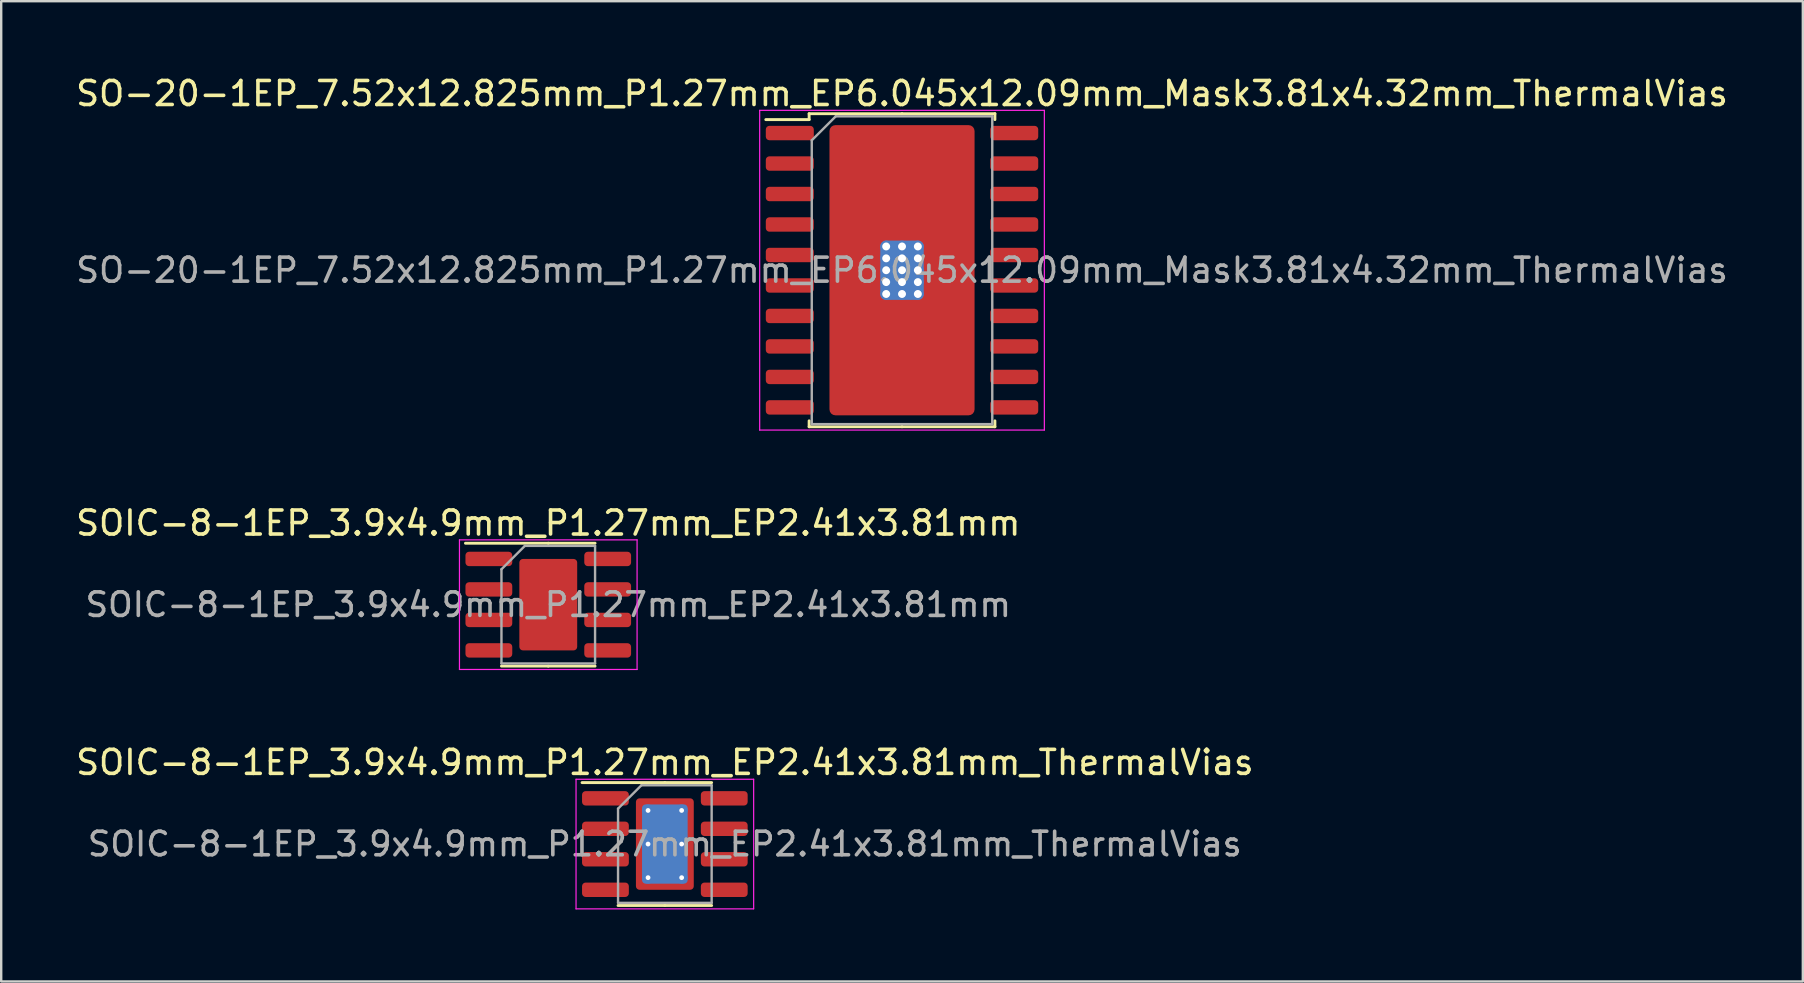
<source format=kicad_pcb>
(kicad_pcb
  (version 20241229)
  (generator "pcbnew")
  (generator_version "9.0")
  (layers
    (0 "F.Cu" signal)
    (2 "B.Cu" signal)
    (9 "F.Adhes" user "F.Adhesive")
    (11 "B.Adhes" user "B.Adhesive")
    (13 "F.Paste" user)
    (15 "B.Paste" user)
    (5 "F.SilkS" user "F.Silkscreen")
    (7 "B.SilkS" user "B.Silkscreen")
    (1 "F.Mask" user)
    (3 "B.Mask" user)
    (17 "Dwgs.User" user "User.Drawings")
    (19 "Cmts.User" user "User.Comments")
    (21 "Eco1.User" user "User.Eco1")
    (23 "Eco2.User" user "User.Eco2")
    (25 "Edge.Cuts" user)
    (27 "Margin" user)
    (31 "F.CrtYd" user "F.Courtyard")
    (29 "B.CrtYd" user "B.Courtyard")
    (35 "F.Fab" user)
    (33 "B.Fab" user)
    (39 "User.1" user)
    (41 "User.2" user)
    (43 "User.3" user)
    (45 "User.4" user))
  (footprint "SOIC-8-1EP_3.9x4.9mm_P1.27mm_EP2.41x3.81mm"
    (layer "F.Cu")
    (at 19.792 22.142)
    (property "Reference" "SOIC-8-1EP_3.9x4.9mm_P1.27mm_EP2.41x3.81mm" (at 0 -3.4 0) (layer "F.SilkS") (effects (font (size 1 1) (thickness 0.15))))
    (attr smd)
    (fp_line (start 0 -2.56) (end -3.45 -2.56) (stroke (width 0.12) (type solid)) (layer "F.SilkS"))
    (fp_line (start 0 -2.56) (end 1.95 -2.56) (stroke (width 0.12) (type solid)) (layer "F.SilkS"))
    (fp_line (start 0 2.56) (end -1.95 2.56) (stroke (width 0.12) (type solid)) (layer "F.SilkS"))
    (fp_line (start 0 2.56) (end 1.95 2.56) (stroke (width 0.12) (type solid)) (layer "F.SilkS"))
    (fp_line (start -3.7 -2.7) (end -3.7 2.7) (stroke (width 0.05) (type solid)) (layer "F.CrtYd"))
    (fp_line (start -3.7 2.7) (end 3.7 2.7) (stroke (width 0.05) (type solid)) (layer "F.CrtYd"))
    (fp_line (start 3.7 -2.7) (end -3.7 -2.7) (stroke (width 0.05) (type solid)) (layer "F.CrtYd"))
    (fp_line (start 3.7 2.7) (end 3.7 -2.7) (stroke (width 0.05) (type solid)) (layer "F.CrtYd"))
    (fp_line (start -1.95 -1.475) (end -0.975 -2.45) (stroke (width 0.1) (type solid)) (layer "F.Fab"))
    (fp_line (start -1.95 2.45) (end -1.95 -1.475) (stroke (width 0.1) (type solid)) (layer "F.Fab"))
    (fp_line (start -0.975 -2.45) (end 1.95 -2.45) (stroke (width 0.1) (type solid)) (layer "F.Fab"))
    (fp_line (start 1.95 -2.45) (end 1.95 2.45) (stroke (width 0.1) (type solid)) (layer "F.Fab"))
    (fp_line (start 1.95 2.45) (end -1.95 2.45) (stroke (width 0.1) (type solid)) (layer "F.Fab"))
    (fp_text user "${REFERENCE}" (at 0 0 0) (layer "F.Fab") (effects (font (size 0.98 0.98) (thickness 0.15))))
    (pad "" smd roundrect (at -0.6 -0.95) (size 0.97 1.54) (layers "F.Paste") (roundrect_rratio 0.25))
    (pad "" smd roundrect (at -0.6 0.95) (size 0.97 1.54) (layers "F.Paste") (roundrect_rratio 0.25))
    (pad "" smd roundrect (at 0.6 -0.95) (size 0.97 1.54) (layers "F.Paste") (roundrect_rratio 0.25))
    (pad "" smd roundrect (at 0.6 0.95) (size 0.97 1.54) (layers "F.Paste") (roundrect_rratio 0.25))
    (pad "1" smd roundrect (at -2.475 -1.905) (size 1.95 0.6) (layers "F.Cu" "F.Mask" "F.Paste") (roundrect_rratio 0.25))
    (pad "2" smd roundrect (at -2.475 -0.635) (size 1.95 0.6) (layers "F.Cu" "F.Mask" "F.Paste") (roundrect_rratio 0.25))
    (pad "3" smd roundrect (at -2.475 0.635) (size 1.95 0.6) (layers "F.Cu" "F.Mask" "F.Paste") (roundrect_rratio 0.25))
    (pad "4" smd roundrect (at -2.475 1.905) (size 1.95 0.6) (layers "F.Cu" "F.Mask" "F.Paste") (roundrect_rratio 0.25))
    (pad "5" smd roundrect (at 2.475 1.905) (size 1.95 0.6) (layers "F.Cu" "F.Mask" "F.Paste") (roundrect_rratio 0.25))
    (pad "6" smd roundrect (at 2.475 0.635) (size 1.95 0.6) (layers "F.Cu" "F.Mask" "F.Paste") (roundrect_rratio 0.25))
    (pad "7" smd roundrect (at 2.475 -0.635) (size 1.95 0.6) (layers "F.Cu" "F.Mask" "F.Paste") (roundrect_rratio 0.25))
    (pad "8" smd roundrect (at 2.475 -1.905) (size 1.95 0.6) (layers "F.Cu" "F.Mask" "F.Paste") (roundrect_rratio 0.25))
    (pad "9" smd roundrect (at 0 0) (size 2.41 3.81) (layers "F.Cu" "F.Mask") (roundrect_rratio 0.062)))
  (footprint "SO-20-1EP_7.52x12.825mm_P1.27mm_EP6.045x12.09mm_Mask3.81x4.32mm_ThermalVias"
    (layer "F.Cu")
    (at 34.53 8.208)
    (property "Reference" "SO-20-1EP_7.52x12.825mm_P1.27mm_EP6.045x12.09mm_Mask3.81x4.32mm_ThermalVias" (at 0 -7.36 0) (layer "F.SilkS") (effects (font (size 1 1) (thickness 0.15))))
    (attr smd)
    (fp_line (start -3.87 -6.522) (end -3.87 -6.275) (stroke (width 0.12) (type solid)) (layer "F.SilkS"))
    (fp_line (start -3.87 -6.275) (end -5.675 -6.275) (stroke (width 0.12) (type solid)) (layer "F.SilkS"))
    (fp_line (start -3.87 6.522) (end -3.87 6.275) (stroke (width 0.12) (type solid)) (layer "F.SilkS"))
    (fp_line (start 0 -6.522) (end -3.87 -6.522) (stroke (width 0.12) (type solid)) (layer "F.SilkS"))
    (fp_line (start 0 -6.522) (end 3.87 -6.522) (stroke (width 0.12) (type solid)) (layer "F.SilkS"))
    (fp_line (start 0 6.522) (end -3.87 6.522) (stroke (width 0.12) (type solid)) (layer "F.SilkS"))
    (fp_line (start 0 6.522) (end 3.87 6.522) (stroke (width 0.12) (type solid)) (layer "F.SilkS"))
    (fp_line (start 3.87 -6.522) (end 3.87 -6.275) (stroke (width 0.12) (type solid)) (layer "F.SilkS"))
    (fp_line (start 3.87 6.522) (end 3.87 6.275) (stroke (width 0.12) (type solid)) (layer "F.SilkS"))
    (fp_line (start -5.93 -6.66) (end -5.93 6.66) (stroke (width 0.05) (type solid)) (layer "F.CrtYd"))
    (fp_line (start -5.93 6.66) (end 5.93 6.66) (stroke (width 0.05) (type solid)) (layer "F.CrtYd"))
    (fp_line (start 5.93 -6.66) (end -5.93 -6.66) (stroke (width 0.05) (type solid)) (layer "F.CrtYd"))
    (fp_line (start 5.93 6.66) (end 5.93 -6.66) (stroke (width 0.05) (type solid)) (layer "F.CrtYd"))
    (fp_line (start -3.76 -5.412) (end -2.76 -6.412) (stroke (width 0.1) (type solid)) (layer "F.Fab"))
    (fp_line (start -3.76 6.412) (end -3.76 -5.412) (stroke (width 0.1) (type solid)) (layer "F.Fab"))
    (fp_line (start -2.76 -6.412) (end 3.76 -6.412) (stroke (width 0.1) (type solid)) (layer "F.Fab"))
    (fp_line (start 3.76 -6.412) (end 3.76 6.412) (stroke (width 0.1) (type solid)) (layer "F.Fab"))
    (fp_line (start 3.76 6.412) (end -3.76 6.412) (stroke (width 0.1) (type solid)) (layer "F.Fab"))
    (fp_text user "${REFERENCE}" (at 0 0 0) (layer "F.Fab") (effects (font (size 1 1) (thickness 0.15))))
    (pad "" smd roundrect (at -0.95 -1.08) (size 1.65 1.87) (layers "F.Paste") (roundrect_rratio 0.152))
    (pad "" smd roundrect (at -0.95 1.08) (size 1.65 1.87) (layers "F.Paste") (roundrect_rratio 0.152))
    (pad "" smd roundrect (at 0 0) (size 3.81 4.32) (layers "F.Mask") (roundrect_rratio 0.064))
    (pad "" smd roundrect (at 0.95 -1.08) (size 1.65 1.87) (layers "F.Paste") (roundrect_rratio 0.152))
    (pad "" smd roundrect (at 0.95 1.08) (size 1.65 1.87) (layers "F.Paste") (roundrect_rratio 0.152))
    (pad "1" smd roundrect (at -4.675 -5.715) (size 2 0.6) (layers "F.Cu" "F.Mask" "F.Paste") (roundrect_rratio 0.25))
    (pad "2" smd roundrect (at -4.675 -4.445) (size 2 0.6) (layers "F.Cu" "F.Mask" "F.Paste") (roundrect_rratio 0.25))
    (pad "3" smd roundrect (at -4.675 -3.175) (size 2 0.6) (layers "F.Cu" "F.Mask" "F.Paste") (roundrect_rratio 0.25))
    (pad "4" smd roundrect (at -4.675 -1.905) (size 2 0.6) (layers "F.Cu" "F.Mask" "F.Paste") (roundrect_rratio 0.25))
    (pad "5" smd roundrect (at -4.675 -0.635) (size 2 0.6) (layers "F.Cu" "F.Mask" "F.Paste") (roundrect_rratio 0.25))
    (pad "6" smd roundrect (at -4.675 0.635) (size 2 0.6) (layers "F.Cu" "F.Mask" "F.Paste") (roundrect_rratio 0.25))
    (pad "7" smd roundrect (at -4.675 1.905) (size 2 0.6) (layers "F.Cu" "F.Mask" "F.Paste") (roundrect_rratio 0.25))
    (pad "8" smd roundrect (at -4.675 3.175) (size 2 0.6) (layers "F.Cu" "F.Mask" "F.Paste") (roundrect_rratio 0.25))
    (pad "9" smd roundrect (at -4.675 4.445) (size 2 0.6) (layers "F.Cu" "F.Mask" "F.Paste") (roundrect_rratio 0.25))
    (pad "10" smd roundrect (at -4.675 5.715) (size 2 0.6) (layers "F.Cu" "F.Mask" "F.Paste") (roundrect_rratio 0.25))
    (pad "11" smd roundrect (at 4.675 5.715) (size 2 0.6) (layers "F.Cu" "F.Mask" "F.Paste") (roundrect_rratio 0.25))
    (pad "12" smd roundrect (at 4.675 4.445) (size 2 0.6) (layers "F.Cu" "F.Mask" "F.Paste") (roundrect_rratio 0.25))
    (pad "13" smd roundrect (at 4.675 3.175) (size 2 0.6) (layers "F.Cu" "F.Mask" "F.Paste") (roundrect_rratio 0.25))
    (pad "14" smd roundrect (at 4.675 1.905) (size 2 0.6) (layers "F.Cu" "F.Mask" "F.Paste") (roundrect_rratio 0.25))
    (pad "15" smd roundrect (at 4.675 0.635) (size 2 0.6) (layers "F.Cu" "F.Mask" "F.Paste") (roundrect_rratio 0.25))
    (pad "16" smd roundrect (at 4.675 -0.635) (size 2 0.6) (layers "F.Cu" "F.Mask" "F.Paste") (roundrect_rratio 0.25))
    (pad "17" smd roundrect (at 4.675 -1.905) (size 2 0.6) (layers "F.Cu" "F.Mask" "F.Paste") (roundrect_rratio 0.25))
    (pad "18" smd roundrect (at 4.675 -3.175) (size 2 0.6) (layers "F.Cu" "F.Mask" "F.Paste") (roundrect_rratio 0.25))
    (pad "19" smd roundrect (at 4.675 -4.445) (size 2 0.6) (layers "F.Cu" "F.Mask" "F.Paste") (roundrect_rratio 0.25))
    (pad "20" smd roundrect (at 4.675 -5.715) (size 2 0.6) (layers "F.Cu" "F.Mask" "F.Paste") (roundrect_rratio 0.25))
    (pad "21" thru_hole circle (at -0.66 -0.99) (size 0.49 0.49) (drill 0.33) (layers "*.Cu"))
    (pad "21" thru_hole circle (at -0.66 -0.495) (size 0.49 0.49) (drill 0.33) (layers "*.Cu"))
    (pad "21" thru_hole circle (at -0.66 0) (size 0.49 0.49) (drill 0.33) (layers "*.Cu"))
    (pad "21" thru_hole circle (at -0.66 0.495) (size 0.49 0.49) (drill 0.33) (layers "*.Cu"))
    (pad "21" thru_hole circle (at -0.66 0.99) (size 0.49 0.49) (drill 0.33) (layers "*.Cu"))
    (pad "21" thru_hole circle (at 0 -0.99) (size 0.49 0.49) (drill 0.33) (layers "*.Cu"))
    (pad "21" thru_hole circle (at 0 -0.495) (size 0.49 0.49) (drill 0.33) (layers "*.Cu"))
    (pad "21" thru_hole circle (at 0 0) (size 0.49 0.49) (drill 0.33) (layers "*.Cu"))
    (pad "21" smd roundrect (at 0 0) (size 1.81 2.47) (layers "B.Cu") (roundrect_rratio 0.135))
    (pad "21" smd roundrect (at 0 0) (size 6.045 12.09) (layers "F.Cu") (roundrect_rratio 0.041))
    (pad "21" thru_hole circle (at 0 0.495) (size 0.49 0.49) (drill 0.33) (layers "*.Cu"))
    (pad "21" thru_hole circle (at 0 0.99) (size 0.49 0.49) (drill 0.33) (layers "*.Cu"))
    (pad "21" thru_hole circle (at 0.66 -0.99) (size 0.49 0.49) (drill 0.33) (layers "*.Cu"))
    (pad "21" thru_hole circle (at 0.66 -0.495) (size 0.49 0.49) (drill 0.33) (layers "*.Cu"))
    (pad "21" thru_hole circle (at 0.66 0) (size 0.49 0.49) (drill 0.33) (layers "*.Cu"))
    (pad "21" thru_hole circle (at 0.66 0.495) (size 0.49 0.49) (drill 0.33) (layers "*.Cu"))
    (pad "21" thru_hole circle (at 0.66 0.99) (size 0.49 0.49) (drill 0.33) (layers "*.Cu")))
  (footprint "SOIC-8-1EP_3.9x4.9mm_P1.27mm_EP2.41x3.81mm_ThermalVias"
    (layer "F.Cu")
    (at 24.649 32.115)
    (property "Reference" "SOIC-8-1EP_3.9x4.9mm_P1.27mm_EP2.41x3.81mm_ThermalVias" (at 0 -3.4 0) (layer "F.SilkS") (effects (font (size 1 1) (thickness 0.15))))
    (attr smd)
    (fp_line (start 0 -2.56) (end -3.45 -2.56) (stroke (width 0.12) (type solid)) (layer "F.SilkS"))
    (fp_line (start 0 -2.56) (end 1.95 -2.56) (stroke (width 0.12) (type solid)) (layer "F.SilkS"))
    (fp_line (start 0 2.56) (end -1.95 2.56) (stroke (width 0.12) (type solid)) (layer "F.SilkS"))
    (fp_line (start 0 2.56) (end 1.95 2.56) (stroke (width 0.12) (type solid)) (layer "F.SilkS"))
    (fp_line (start -3.7 -2.7) (end -3.7 2.7) (stroke (width 0.05) (type solid)) (layer "F.CrtYd"))
    (fp_line (start -3.7 2.7) (end 3.7 2.7) (stroke (width 0.05) (type solid)) (layer "F.CrtYd"))
    (fp_line (start 3.7 -2.7) (end -3.7 -2.7) (stroke (width 0.05) (type solid)) (layer "F.CrtYd"))
    (fp_line (start 3.7 2.7) (end 3.7 -2.7) (stroke (width 0.05) (type solid)) (layer "F.CrtYd"))
    (fp_line (start -1.95 -1.475) (end -0.975 -2.45) (stroke (width 0.1) (type solid)) (layer "F.Fab"))
    (fp_line (start -1.95 2.45) (end -1.95 -1.475) (stroke (width 0.1) (type solid)) (layer "F.Fab"))
    (fp_line (start -0.975 -2.45) (end 1.95 -2.45) (stroke (width 0.1) (type solid)) (layer "F.Fab"))
    (fp_line (start 1.95 -2.45) (end 1.95 2.45) (stroke (width 0.1) (type solid)) (layer "F.Fab"))
    (fp_line (start 1.95 2.45) (end -1.95 2.45) (stroke (width 0.1) (type solid)) (layer "F.Fab"))
    (fp_text user "${REFERENCE}" (at 0 0 0) (layer "F.Fab") (effects (font (size 0.98 0.98) (thickness 0.15))))
    (pad "" smd roundrect (at -0.6 -0.95) (size 1.01 1.59) (layers "F.Paste") (roundrect_rratio 0.248))
    (pad "" smd roundrect (at -0.6 0.95) (size 1.01 1.59) (layers "F.Paste") (roundrect_rratio 0.248))
    (pad "" smd roundrect (at 0.6 -0.95) (size 1.01 1.59) (layers "F.Paste") (roundrect_rratio 0.248))
    (pad "" smd roundrect (at 0.6 0.95) (size 1.01 1.59) (layers "F.Paste") (roundrect_rratio 0.248))
    (pad "1" smd roundrect (at -2.475 -1.905) (size 1.95 0.6) (layers "F.Cu" "F.Mask" "F.Paste") (roundrect_rratio 0.25))
    (pad "2" smd roundrect (at -2.475 -0.635) (size 1.95 0.6) (layers "F.Cu" "F.Mask" "F.Paste") (roundrect_rratio 0.25))
    (pad "3" smd roundrect (at -2.475 0.635) (size 1.95 0.6) (layers "F.Cu" "F.Mask" "F.Paste") (roundrect_rratio 0.25))
    (pad "4" smd roundrect (at -2.475 1.905) (size 1.95 0.6) (layers "F.Cu" "F.Mask" "F.Paste") (roundrect_rratio 0.25))
    (pad "5" smd roundrect (at 2.475 1.905) (size 1.95 0.6) (layers "F.Cu" "F.Mask" "F.Paste") (roundrect_rratio 0.25))
    (pad "6" smd roundrect (at 2.475 0.635) (size 1.95 0.6) (layers "F.Cu" "F.Mask" "F.Paste") (roundrect_rratio 0.25))
    (pad "7" smd roundrect (at 2.475 -0.635) (size 1.95 0.6) (layers "F.Cu" "F.Mask" "F.Paste") (roundrect_rratio 0.25))
    (pad "8" smd roundrect (at 2.475 -1.905) (size 1.95 0.6) (layers "F.Cu" "F.Mask" "F.Paste") (roundrect_rratio 0.25))
    (pad "9" thru_hole circle (at -0.7 -1.4) (size 0.5 0.5) (drill 0.2) (layers "*.Cu"))
    (pad "9" thru_hole circle (at -0.7 0) (size 0.5 0.5) (drill 0.2) (layers "*.Cu"))
    (pad "9" thru_hole circle (at -0.7 1.4) (size 0.5 0.5) (drill 0.2) (layers "*.Cu"))
    (pad "9" smd roundrect (at 0 0) (size 1.9 3.3) (layers "B.Cu") (roundrect_rratio 0.079))
    (pad "9" smd roundrect (at 0 0) (size 2.41 3.81) (layers "F.Cu" "F.Mask") (roundrect_rratio 0.062))
    (pad "9" thru_hole circle (at 0.7 -1.4) (size 0.5 0.5) (drill 0.2) (layers "*.Cu"))
    (pad "9" thru_hole circle (at 0.7 0) (size 0.5 0.5) (drill 0.2) (layers "*.Cu"))
    (pad "9" thru_hole circle (at 0.7 1.4) (size 0.5 0.5) (drill 0.2) (layers "*.Cu")))
  (gr_rect
    (start -3 -3)
    (end 72.06 37.84)
    (stroke (width 0.1) (type default))
    (fill no)
    (layer "Edge.Cuts")))
</source>
